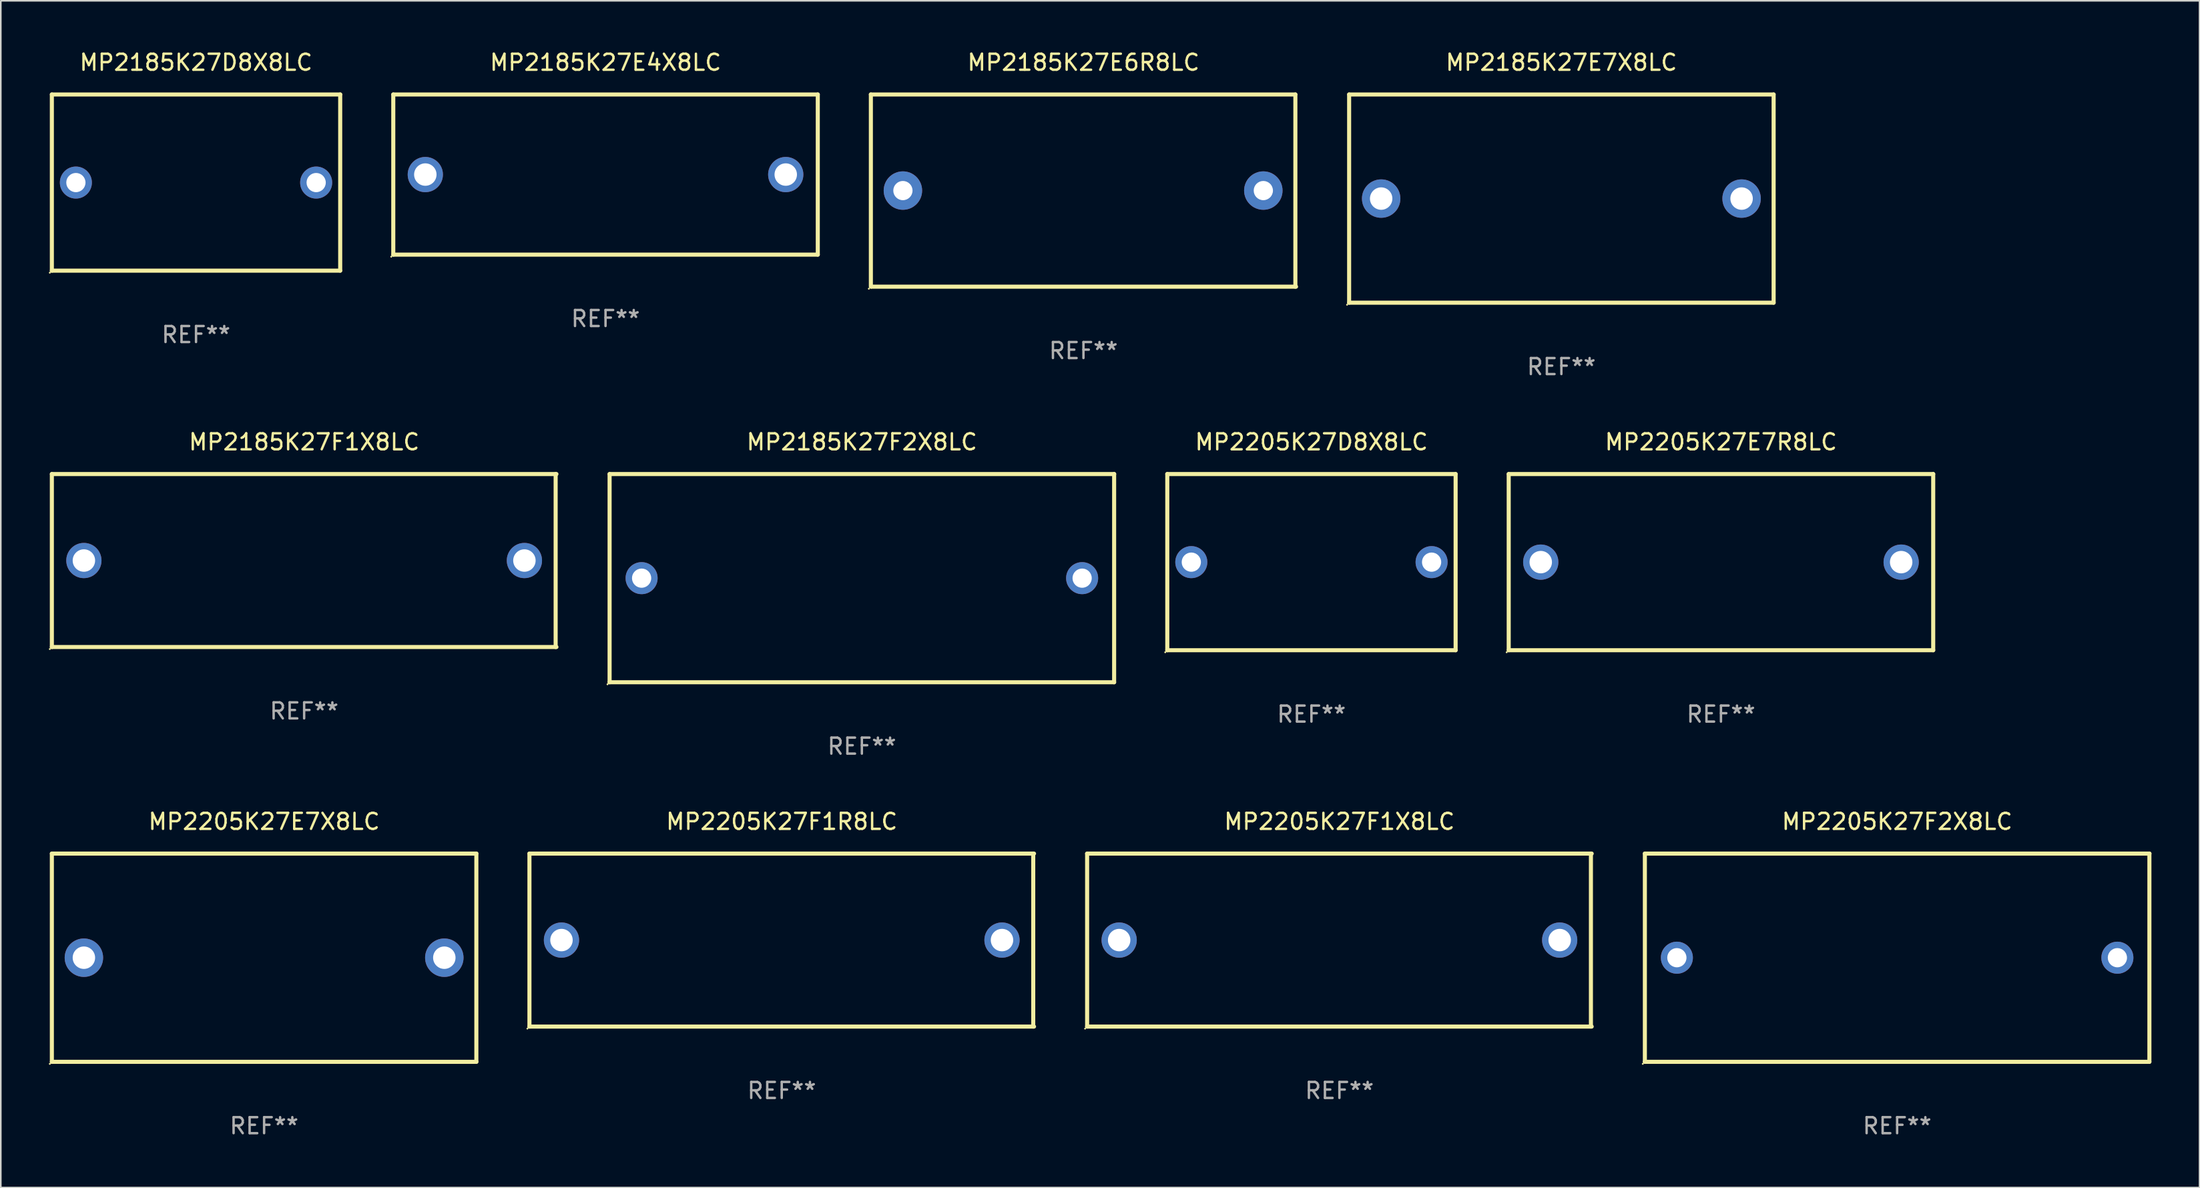
<source format=kicad_pcb>
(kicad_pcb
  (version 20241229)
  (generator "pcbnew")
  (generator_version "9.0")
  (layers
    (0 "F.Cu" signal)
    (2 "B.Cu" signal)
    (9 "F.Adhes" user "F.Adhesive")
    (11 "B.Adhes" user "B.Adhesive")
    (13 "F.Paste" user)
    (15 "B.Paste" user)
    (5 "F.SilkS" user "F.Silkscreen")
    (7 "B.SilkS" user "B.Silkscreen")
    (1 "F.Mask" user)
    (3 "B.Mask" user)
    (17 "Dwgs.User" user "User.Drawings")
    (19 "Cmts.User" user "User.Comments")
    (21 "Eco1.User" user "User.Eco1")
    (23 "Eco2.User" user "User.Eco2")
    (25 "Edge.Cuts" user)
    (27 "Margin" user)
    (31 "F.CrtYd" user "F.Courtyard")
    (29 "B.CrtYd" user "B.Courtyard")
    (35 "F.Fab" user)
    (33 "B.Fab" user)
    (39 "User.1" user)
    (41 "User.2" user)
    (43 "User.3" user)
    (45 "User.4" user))
  (footprint "MP2205K27F1X8LC"
    (layer "F.Cu")
    (at 80.565 55.641)
    (property "Reference" "MP2205K27F1X8LC" (at 0 -7.4 0) (layer "F.SilkS") (effects (font (size 1 1) (thickness 0.15))))
    (attr through_hole)
    (fp_line (start -15.75 -5.4) (end 15.75 -5.4) (stroke (width 0.254) (type solid)) (layer "F.SilkS"))
    (fp_line (start -15.75 5.4) (end -15.75 -5.4) (stroke (width 0.254) (type solid)) (layer "F.SilkS"))
    (fp_line (start 15.7 -5.4) (end 15.7 5.4) (stroke (width 0.254) (type solid)) (layer "F.SilkS"))
    (fp_line (start 15.75 5.4) (end -15.75 5.4) (stroke (width 0.254) (type solid)) (layer "F.SilkS"))
    (fp_circle (center -15.877 5.527) (end -15.847 5.527) (stroke (width 0.06) (type solid)) (fill no) (layer "F.SilkS"))
    (fp_text user "REF**" (at 0 9.4 0) (layer "F.Fab") (effects (font (size 1 1) (thickness 0.15))))
    (pad "1" thru_hole circle (at -13.75 0) (size 2.2 2.2) (drill 1.4) (layers "*.Cu" "*.Mask"))
    (pad "2" thru_hole circle (at 13.75 0) (size 2.2 2.2) (drill 1.4) (layers "*.Cu" "*.Mask")))
  (footprint "MP2185K27F1X8LC"
    (layer "F.Cu")
    (at 15.937 31.945)
    (property "Reference" "MP2185K27F1X8LC" (at 0 -7.4 0) (layer "F.SilkS") (effects (font (size 1 1) (thickness 0.15))))
    (attr through_hole)
    (fp_line (start -15.75 -5.4) (end 15.75 -5.4) (stroke (width 0.254) (type solid)) (layer "F.SilkS"))
    (fp_line (start -15.75 5.4) (end -15.75 -5.4) (stroke (width 0.254) (type solid)) (layer "F.SilkS"))
    (fp_line (start 15.7 -5.4) (end 15.7 5.4) (stroke (width 0.254) (type solid)) (layer "F.SilkS"))
    (fp_line (start 15.75 5.4) (end -15.75 5.4) (stroke (width 0.254) (type solid)) (layer "F.SilkS"))
    (fp_circle (center -15.877 5.527) (end -15.847 5.527) (stroke (width 0.06) (type solid)) (fill no) (layer "F.SilkS"))
    (fp_text user "REF**" (at 0 9.4 0) (layer "F.Fab") (effects (font (size 1 1) (thickness 0.15))))
    (pad "1" thru_hole circle (at -13.75 0) (size 2.2 2.2) (drill 1.4) (layers "*.Cu" "*.Mask"))
    (pad "2" thru_hole circle (at 13.75 0) (size 2.2 2.2) (drill 1.4) (layers "*.Cu" "*.Mask")))
  (footprint "MP2205K27E7X8LC"
    (layer "F.Cu")
    (at 13.437 56.741)
    (property "Reference" "MP2205K27E7X8LC" (at 0 -8.5 0) (layer "F.SilkS") (effects (font (size 1 1) (thickness 0.15))))
    (attr through_hole)
    (fp_line (start -13.25 -6.5) (end 13.25 -6.5) (stroke (width 0.254) (type solid)) (layer "F.SilkS"))
    (fp_line (start -13.25 6.5) (end -13.25 -6.5) (stroke (width 0.254) (type solid)) (layer "F.SilkS"))
    (fp_line (start 13.25 -6.5) (end 13.25 6.5) (stroke (width 0.254) (type solid)) (layer "F.SilkS"))
    (fp_line (start 13.25 6.5) (end -13.25 6.5) (stroke (width 0.254) (type solid)) (layer "F.SilkS"))
    (fp_circle (center -13.377 6.627) (end -13.347 6.627) (stroke (width 0.06) (type solid)) (fill no) (layer "F.SilkS"))
    (fp_text user "REF**" (at 0 10.5 0) (layer "F.Fab") (effects (font (size 1 1) (thickness 0.15))))
    (pad "1" thru_hole circle (at -11.25 0) (size 2.4 2.4) (drill 1.4) (layers "*.Cu" "*.Mask"))
    (pad "2" thru_hole circle (at 11.25 0) (size 2.4 2.4) (drill 1.4) (layers "*.Cu" "*.Mask")))
  (footprint "MP2205K27D8X8LC"
    (layer "F.Cu")
    (at 78.819 32.045)
    (property "Reference" "MP2205K27D8X8LC" (at 0 -7.5 0) (layer "F.SilkS") (effects (font (size 1 1) (thickness 0.15))))
    (attr through_hole)
    (fp_line (start -9 -5.5) (end 9 -5.5) (stroke (width 0.254) (type solid)) (layer "F.SilkS"))
    (fp_line (start -9 5.5) (end -9 -5.5) (stroke (width 0.254) (type solid)) (layer "F.SilkS"))
    (fp_line (start 9 -5.5) (end 9 5.5) (stroke (width 0.254) (type solid)) (layer "F.SilkS"))
    (fp_line (start 9 5.5) (end -9 5.5) (stroke (width 0.254) (type solid)) (layer "F.SilkS"))
    (fp_circle (center -9.127 5.627) (end -9.097 5.627) (stroke (width 0.06) (type solid)) (fill no) (layer "F.SilkS"))
    (fp_text user "REF**" (at 0 9.5 0) (layer "F.Fab") (effects (font (size 1 1) (thickness 0.15))))
    (pad "1" thru_hole circle (at -7.5 0) (size 2 2) (drill 1.2) (layers "*.Cu" "*.Mask"))
    (pad "2" thru_hole circle (at 7.5 0) (size 2 2) (drill 1.2) (layers "*.Cu" "*.Mask")))
  (footprint "MP2205K27F1R8LC"
    (layer "F.Cu")
    (at 45.751 55.641)
    (property "Reference" "MP2205K27F1R8LC" (at 0 -7.4 0) (layer "F.SilkS") (effects (font (size 1 1) (thickness 0.15))))
    (attr through_hole)
    (fp_line (start -15.75 -5.4) (end 15.75 -5.4) (stroke (width 0.254) (type solid)) (layer "F.SilkS"))
    (fp_line (start -15.75 5.4) (end -15.75 -5.4) (stroke (width 0.254) (type solid)) (layer "F.SilkS"))
    (fp_line (start 15.7 -5.4) (end 15.7 5.4) (stroke (width 0.254) (type solid)) (layer "F.SilkS"))
    (fp_line (start 15.75 5.4) (end -15.75 5.4) (stroke (width 0.254) (type solid)) (layer "F.SilkS"))
    (fp_circle (center -15.877 5.527) (end -15.847 5.527) (stroke (width 0.06) (type solid)) (fill no) (layer "F.SilkS"))
    (fp_text user "REF**" (at 0 9.4 0) (layer "F.Fab") (effects (font (size 1 1) (thickness 0.15))))
    (pad "1" thru_hole circle (at -13.75 0) (size 2.2 2.2) (drill 1.4) (layers "*.Cu" "*.Mask"))
    (pad "2" thru_hole circle (at 13.75 0) (size 2.2 2.2) (drill 1.4) (layers "*.Cu" "*.Mask")))
  (footprint "MP2205K27E7R8LC"
    (layer "F.Cu")
    (at 104.383 32.045)
    (property "Reference" "MP2205K27E7R8LC" (at 0 -7.5 0) (layer "F.SilkS") (effects (font (size 1 1) (thickness 0.15))))
    (attr through_hole)
    (fp_line (start -13.25 -5.5) (end 13.25 -5.5) (stroke (width 0.254) (type solid)) (layer "F.SilkS"))
    (fp_line (start -13.25 5.5) (end -13.25 -5.5) (stroke (width 0.254) (type solid)) (layer "F.SilkS"))
    (fp_line (start 13.25 -5.5) (end 13.25 5.5) (stroke (width 0.254) (type solid)) (layer "F.SilkS"))
    (fp_line (start 13.25 5.5) (end -13.25 5.5) (stroke (width 0.254) (type solid)) (layer "F.SilkS"))
    (fp_circle (center -13.377 5.627) (end -13.347 5.627) (stroke (width 0.06) (type solid)) (fill no) (layer "F.SilkS"))
    (fp_text user "REF**" (at 0 9.5 0) (layer "F.Fab") (effects (font (size 1 1) (thickness 0.15))))
    (pad "1" thru_hole circle (at -11.25 0) (size 2.2 2.2) (drill 1.4) (layers "*.Cu" "*.Mask"))
    (pad "2" thru_hole circle (at 11.25 0) (size 2.2 2.2) (drill 1.4) (layers "*.Cu" "*.Mask")))
  (footprint "MP2185K27E7X8LC"
    (layer "F.Cu")
    (at 94.421 9.348)
    (property "Reference" "MP2185K27E7X8LC" (at 0 -8.5 0) (layer "F.SilkS") (effects (font (size 1 1) (thickness 0.15))))
    (attr through_hole)
    (fp_line (start -13.25 -6.5) (end 13.25 -6.5) (stroke (width 0.254) (type solid)) (layer "F.SilkS"))
    (fp_line (start -13.25 6.5) (end -13.25 -6.5) (stroke (width 0.254) (type solid)) (layer "F.SilkS"))
    (fp_line (start 13.25 -6.5) (end 13.25 6.5) (stroke (width 0.254) (type solid)) (layer "F.SilkS"))
    (fp_line (start 13.25 6.5) (end -13.25 6.5) (stroke (width 0.254) (type solid)) (layer "F.SilkS"))
    (fp_circle (center -13.377 6.627) (end -13.347 6.627) (stroke (width 0.06) (type solid)) (fill no) (layer "F.SilkS"))
    (fp_text user "REF**" (at 0 10.5 0) (layer "F.Fab") (effects (font (size 1 1) (thickness 0.15))))
    (pad "1" thru_hole circle (at -11.25 0) (size 2.4 2.4) (drill 1.4) (layers "*.Cu" "*.Mask"))
    (pad "2" thru_hole circle (at 11.25 0) (size 2.4 2.4) (drill 1.4) (layers "*.Cu" "*.Mask")))
  (footprint "MP2185K27E4X8LC"
    (layer "F.Cu")
    (at 34.751 7.848)
    (property "Reference" "MP2185K27E4X8LC" (at 0 -7 0) (layer "F.SilkS") (effects (font (size 1 1) (thickness 0.15))))
    (attr through_hole)
    (fp_line (start -13.25 -5) (end 13.25 -5) (stroke (width 0.254) (type solid)) (layer "F.SilkS"))
    (fp_line (start -13.25 5) (end -13.25 -5) (stroke (width 0.254) (type solid)) (layer "F.SilkS"))
    (fp_line (start 13.25 -5) (end 13.25 5) (stroke (width 0.254) (type solid)) (layer "F.SilkS"))
    (fp_line (start 13.25 5) (end -13.25 5) (stroke (width 0.254) (type solid)) (layer "F.SilkS"))
    (fp_circle (center -13.377 5.127) (end -13.347 5.127) (stroke (width 0.06) (type solid)) (fill no) (layer "F.SilkS"))
    (fp_text user "REF**" (at 0 9 0) (layer "F.Fab") (effects (font (size 1 1) (thickness 0.15))))
    (pad "1" thru_hole circle (at -11.25 0) (size 2.2 2.2) (drill 1.4) (layers "*.Cu" "*.Mask"))
    (pad "2" thru_hole circle (at 11.25 0) (size 2.2 2.2) (drill 1.4) (layers "*.Cu" "*.Mask")))
  (footprint "MP2185K27F2X8LC"
    (layer "F.Cu")
    (at 50.753 33.045)
    (property "Reference" "MP2185K27F2X8LC" (at 0 -8.5 0) (layer "F.SilkS") (effects (font (size 1 1) (thickness 0.15))))
    (attr through_hole)
    (fp_line (start -15.748 -6.5) (end 15.752 -6.5) (stroke (width 0.254) (type solid)) (layer "F.SilkS"))
    (fp_line (start -15.748 6.5) (end -15.748 -6.5) (stroke (width 0.254) (type solid)) (layer "F.SilkS"))
    (fp_line (start 15.748 -6.5) (end 15.748 6.5) (stroke (width 0.254) (type solid)) (layer "F.SilkS"))
    (fp_line (start 15.748 6.5) (end -15.752 6.5) (stroke (width 0.254) (type solid)) (layer "F.SilkS"))
    (fp_circle (center -15.879 6.627) (end -15.849 6.627) (stroke (width 0.06) (type solid)) (fill no) (layer "F.SilkS"))
    (fp_text user "REF**" (at 0 10.5 0) (layer "F.Fab") (effects (font (size 1 1) (thickness 0.15))))
    (pad "1" thru_hole circle (at -13.75 0) (size 2 2) (drill 1.2) (layers "*.Cu" "*.Mask"))
    (pad "2" thru_hole circle (at 13.75 0) (size 2 2) (drill 1.2) (layers "*.Cu" "*.Mask")))
  (footprint "MP2205K27F2X8LC"
    (layer "F.Cu")
    (at 115.381 56.741)
    (property "Reference" "MP2205K27F2X8LC" (at 0 -8.5 0) (layer "F.SilkS") (effects (font (size 1 1) (thickness 0.15))))
    (attr through_hole)
    (fp_line (start -15.748 -6.5) (end 15.752 -6.5) (stroke (width 0.254) (type solid)) (layer "F.SilkS"))
    (fp_line (start -15.748 6.5) (end -15.748 -6.5) (stroke (width 0.254) (type solid)) (layer "F.SilkS"))
    (fp_line (start 15.748 -6.5) (end 15.748 6.5) (stroke (width 0.254) (type solid)) (layer "F.SilkS"))
    (fp_line (start 15.748 6.5) (end -15.752 6.5) (stroke (width 0.254) (type solid)) (layer "F.SilkS"))
    (fp_circle (center -15.879 6.627) (end -15.849 6.627) (stroke (width 0.06) (type solid)) (fill no) (layer "F.SilkS"))
    (fp_text user "REF**" (at 0 10.5 0) (layer "F.Fab") (effects (font (size 1 1) (thickness 0.15))))
    (pad "1" thru_hole circle (at -13.75 0) (size 2 2) (drill 1.2) (layers "*.Cu" "*.Mask"))
    (pad "2" thru_hole circle (at 13.75 0) (size 2 2) (drill 1.2) (layers "*.Cu" "*.Mask")))
  (footprint "MP2185K27D8X8LC"
    (layer "F.Cu")
    (at 9.187 8.348)
    (property "Reference" "MP2185K27D8X8LC" (at 0 -7.5 0) (layer "F.SilkS") (effects (font (size 1 1) (thickness 0.15))))
    (attr through_hole)
    (fp_line (start -9 -5.5) (end 9 -5.5) (stroke (width 0.254) (type solid)) (layer "F.SilkS"))
    (fp_line (start -9 5.5) (end -9 -5.5) (stroke (width 0.254) (type solid)) (layer "F.SilkS"))
    (fp_line (start 9 -5.5) (end 9 5.5) (stroke (width 0.254) (type solid)) (layer "F.SilkS"))
    (fp_line (start 9 5.5) (end -9 5.5) (stroke (width 0.254) (type solid)) (layer "F.SilkS"))
    (fp_circle (center -9.127 5.627) (end -9.097 5.627) (stroke (width 0.06) (type solid)) (fill no) (layer "F.SilkS"))
    (fp_text user "REF**" (at 0 9.5 0) (layer "F.Fab") (effects (font (size 1 1) (thickness 0.15))))
    (pad "1" thru_hole circle (at -7.5 0) (size 2 2) (drill 1.2) (layers "*.Cu" "*.Mask"))
    (pad "2" thru_hole circle (at 7.5 0) (size 2 2) (drill 1.2) (layers "*.Cu" "*.Mask")))
  (footprint "MP2185K27E6R8LC"
    (layer "F.Cu")
    (at 64.586 8.848)
    (property "Reference" "MP2185K27E6R8LC" (at 0 -8 0) (layer "F.SilkS") (effects (font (size 1 1) (thickness 0.15))))
    (attr through_hole)
    (fp_line (start -13.271 -6) (end 13.229 -6) (stroke (width 0.254) (type solid)) (layer "F.SilkS"))
    (fp_line (start -13.271 6) (end -13.271 -6) (stroke (width 0.254) (type solid)) (layer "F.SilkS"))
    (fp_line (start 13.229 -6) (end 13.229 6) (stroke (width 0.254) (type solid)) (layer "F.SilkS"))
    (fp_line (start 13.271 6) (end -13.229 6) (stroke (width 0.254) (type solid)) (layer "F.SilkS"))
    (fp_circle (center -13.398 6.127) (end -13.368 6.127) (stroke (width 0.06) (type solid)) (fill no) (layer "F.SilkS"))
    (fp_text user "REF**" (at 0 10 0) (layer "F.Fab") (effects (font (size 1 1) (thickness 0.15))))
    (pad "1" thru_hole circle (at -11.271 0) (size 2.4 2.4) (drill 1.2) (layers "*.Cu" "*.Mask"))
    (pad "2" thru_hole circle (at 11.229 0) (size 2.4 2.4) (drill 1.2) (layers "*.Cu" "*.Mask")))
  (gr_rect
    (start -3 -3)
    (end 134.26 71.09)
    (stroke (width 0.1) (type default))
    (fill no)
    (layer "Edge.Cuts")))
</source>
